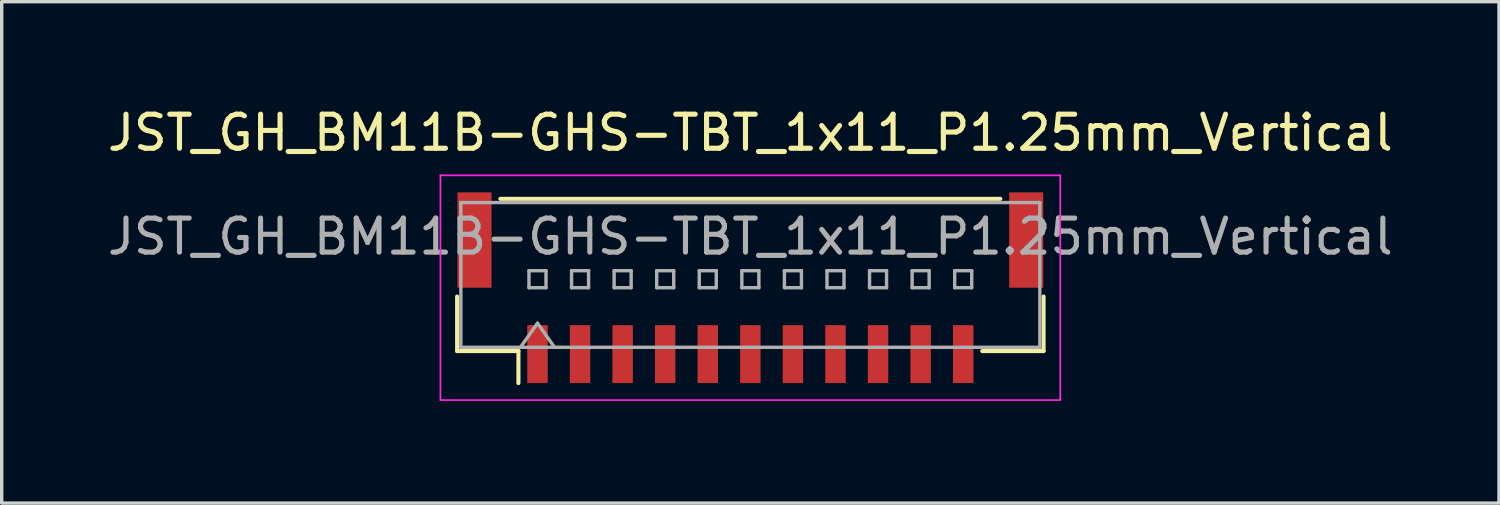
<source format=kicad_pcb>
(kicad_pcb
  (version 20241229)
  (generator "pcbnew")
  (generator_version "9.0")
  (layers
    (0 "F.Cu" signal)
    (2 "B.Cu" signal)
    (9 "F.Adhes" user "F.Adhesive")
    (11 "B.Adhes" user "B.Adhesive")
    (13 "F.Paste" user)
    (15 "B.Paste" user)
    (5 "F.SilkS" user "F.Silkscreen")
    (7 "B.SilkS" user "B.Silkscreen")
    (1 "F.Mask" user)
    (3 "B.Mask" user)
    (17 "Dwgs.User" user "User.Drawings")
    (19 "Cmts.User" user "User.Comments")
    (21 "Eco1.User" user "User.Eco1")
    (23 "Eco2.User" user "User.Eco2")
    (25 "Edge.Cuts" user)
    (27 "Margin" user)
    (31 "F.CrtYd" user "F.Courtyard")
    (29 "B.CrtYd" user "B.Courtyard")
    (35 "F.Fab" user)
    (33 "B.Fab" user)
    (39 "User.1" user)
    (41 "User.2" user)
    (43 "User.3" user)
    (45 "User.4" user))
  (footprint "JST_GH_BM11B-GHS-TBT_1x11_P1.25mm_Vertical"
    (layer "F.Cu")
    (at 18.982 5.398)
    (property "Reference" "JST_GH_BM11B-GHS-TBT_1x11_P1.25mm_Vertical" (at 0 -4.55 0) (layer "F.SilkS") (effects (font (size 1 1) (thickness 0.15))))
    (attr smd)
    (fp_line (start -8.61 0.26) (end -8.61 1.86) (stroke (width 0.12) (type solid)) (layer "F.SilkS"))
    (fp_line (start -8.61 1.86) (end -6.81 1.86) (stroke (width 0.12) (type solid)) (layer "F.SilkS"))
    (fp_line (start -7.34 -2.61) (end 7.34 -2.61) (stroke (width 0.12) (type solid)) (layer "F.SilkS"))
    (fp_line (start -6.81 1.86) (end -6.81 2.8) (stroke (width 0.12) (type solid)) (layer "F.SilkS"))
    (fp_line (start 8.61 0.26) (end 8.61 1.86) (stroke (width 0.12) (type solid)) (layer "F.SilkS"))
    (fp_line (start 8.61 1.86) (end 6.81 1.86) (stroke (width 0.12) (type solid)) (layer "F.SilkS"))
    (fp_line (start -9.1 -3.3) (end -9.1 3.3) (stroke (width 0.05) (type solid)) (layer "F.CrtYd"))
    (fp_line (start -9.1 3.3) (end 9.1 3.3) (stroke (width 0.05) (type solid)) (layer "F.CrtYd"))
    (fp_line (start 9.1 -3.3) (end -9.1 -3.3) (stroke (width 0.05) (type solid)) (layer "F.CrtYd"))
    (fp_line (start 9.1 3.3) (end 9.1 -3.3) (stroke (width 0.05) (type solid)) (layer "F.CrtYd"))
    (fp_line (start -8.5 -2.5) (end 8.5 -2.5) (stroke (width 0.1) (type solid)) (layer "F.Fab"))
    (fp_line (start -8.5 1.75) (end -8.5 -2.5) (stroke (width 0.1) (type solid)) (layer "F.Fab"))
    (fp_line (start -8.5 1.75) (end 8.5 1.75) (stroke (width 0.1) (type solid)) (layer "F.Fab"))
    (fp_line (start -6.75 1.75) (end -6.25 1.043) (stroke (width 0.1) (type solid)) (layer "F.Fab"))
    (fp_line (start -6.5 -0.5) (end -6.5 0) (stroke (width 0.1) (type solid)) (layer "F.Fab"))
    (fp_line (start -6.5 0) (end -6 0) (stroke (width 0.1) (type solid)) (layer "F.Fab"))
    (fp_line (start -6.25 1.043) (end -5.75 1.75) (stroke (width 0.1) (type solid)) (layer "F.Fab"))
    (fp_line (start -6 -0.5) (end -6.5 -0.5) (stroke (width 0.1) (type solid)) (layer "F.Fab"))
    (fp_line (start -6 0) (end -6 -0.5) (stroke (width 0.1) (type solid)) (layer "F.Fab"))
    (fp_line (start -5.25 -0.5) (end -5.25 0) (stroke (width 0.1) (type solid)) (layer "F.Fab"))
    (fp_line (start -5.25 0) (end -4.75 0) (stroke (width 0.1) (type solid)) (layer "F.Fab"))
    (fp_line (start -4.75 -0.5) (end -5.25 -0.5) (stroke (width 0.1) (type solid)) (layer "F.Fab"))
    (fp_line (start -4.75 0) (end -4.75 -0.5) (stroke (width 0.1) (type solid)) (layer "F.Fab"))
    (fp_line (start -4 -0.5) (end -4 0) (stroke (width 0.1) (type solid)) (layer "F.Fab"))
    (fp_line (start -4 0) (end -3.5 0) (stroke (width 0.1) (type solid)) (layer "F.Fab"))
    (fp_line (start -3.5 -0.5) (end -4 -0.5) (stroke (width 0.1) (type solid)) (layer "F.Fab"))
    (fp_line (start -3.5 0) (end -3.5 -0.5) (stroke (width 0.1) (type solid)) (layer "F.Fab"))
    (fp_line (start -2.75 -0.5) (end -2.75 0) (stroke (width 0.1) (type solid)) (layer "F.Fab"))
    (fp_line (start -2.75 0) (end -2.25 0) (stroke (width 0.1) (type solid)) (layer "F.Fab"))
    (fp_line (start -2.25 -0.5) (end -2.75 -0.5) (stroke (width 0.1) (type solid)) (layer "F.Fab"))
    (fp_line (start -2.25 0) (end -2.25 -0.5) (stroke (width 0.1) (type solid)) (layer "F.Fab"))
    (fp_line (start -1.5 -0.5) (end -1.5 0) (stroke (width 0.1) (type solid)) (layer "F.Fab"))
    (fp_line (start -1.5 0) (end -1 0) (stroke (width 0.1) (type solid)) (layer "F.Fab"))
    (fp_line (start -1 -0.5) (end -1.5 -0.5) (stroke (width 0.1) (type solid)) (layer "F.Fab"))
    (fp_line (start -1 0) (end -1 -0.5) (stroke (width 0.1) (type solid)) (layer "F.Fab"))
    (fp_line (start -0.25 -0.5) (end -0.25 0) (stroke (width 0.1) (type solid)) (layer "F.Fab"))
    (fp_line (start -0.25 0) (end 0.25 0) (stroke (width 0.1) (type solid)) (layer "F.Fab"))
    (fp_line (start 0.25 -0.5) (end -0.25 -0.5) (stroke (width 0.1) (type solid)) (layer "F.Fab"))
    (fp_line (start 0.25 0) (end 0.25 -0.5) (stroke (width 0.1) (type solid)) (layer "F.Fab"))
    (fp_line (start 1 -0.5) (end 1 0) (stroke (width 0.1) (type solid)) (layer "F.Fab"))
    (fp_line (start 1 0) (end 1.5 0) (stroke (width 0.1) (type solid)) (layer "F.Fab"))
    (fp_line (start 1.5 -0.5) (end 1 -0.5) (stroke (width 0.1) (type solid)) (layer "F.Fab"))
    (fp_line (start 1.5 0) (end 1.5 -0.5) (stroke (width 0.1) (type solid)) (layer "F.Fab"))
    (fp_line (start 2.25 -0.5) (end 2.25 0) (stroke (width 0.1) (type solid)) (layer "F.Fab"))
    (fp_line (start 2.25 0) (end 2.75 0) (stroke (width 0.1) (type solid)) (layer "F.Fab"))
    (fp_line (start 2.75 -0.5) (end 2.25 -0.5) (stroke (width 0.1) (type solid)) (layer "F.Fab"))
    (fp_line (start 2.75 0) (end 2.75 -0.5) (stroke (width 0.1) (type solid)) (layer "F.Fab"))
    (fp_line (start 3.5 -0.5) (end 3.5 0) (stroke (width 0.1) (type solid)) (layer "F.Fab"))
    (fp_line (start 3.5 0) (end 4 0) (stroke (width 0.1) (type solid)) (layer "F.Fab"))
    (fp_line (start 4 -0.5) (end 3.5 -0.5) (stroke (width 0.1) (type solid)) (layer "F.Fab"))
    (fp_line (start 4 0) (end 4 -0.5) (stroke (width 0.1) (type solid)) (layer "F.Fab"))
    (fp_line (start 4.75 -0.5) (end 4.75 0) (stroke (width 0.1) (type solid)) (layer "F.Fab"))
    (fp_line (start 4.75 0) (end 5.25 0) (stroke (width 0.1) (type solid)) (layer "F.Fab"))
    (fp_line (start 5.25 -0.5) (end 4.75 -0.5) (stroke (width 0.1) (type solid)) (layer "F.Fab"))
    (fp_line (start 5.25 0) (end 5.25 -0.5) (stroke (width 0.1) (type solid)) (layer "F.Fab"))
    (fp_line (start 6 -0.5) (end 6 0) (stroke (width 0.1) (type solid)) (layer "F.Fab"))
    (fp_line (start 6 0) (end 6.5 0) (stroke (width 0.1) (type solid)) (layer "F.Fab"))
    (fp_line (start 6.5 -0.5) (end 6 -0.5) (stroke (width 0.1) (type solid)) (layer "F.Fab"))
    (fp_line (start 6.5 0) (end 6.5 -0.5) (stroke (width 0.1) (type solid)) (layer "F.Fab"))
    (fp_line (start 8.5 1.75) (end 8.5 -2.5) (stroke (width 0.1) (type solid)) (layer "F.Fab"))
    (fp_text user "${REFERENCE}" (at 0 -1.5 0) (layer "F.Fab") (effects (font (size 1 1) (thickness 0.15))))
    (pad "" smd rect (at -8.1 -1.4) (size 1 2.8) (layers "F.Cu" "F.Mask" "F.Paste"))
    (pad "" smd rect (at 8.1 -1.4) (size 1 2.8) (layers "F.Cu" "F.Mask" "F.Paste"))
    (pad "1" smd rect (at -6.25 1.95) (size 0.6 1.7) (layers "F.Cu" "F.Mask" "F.Paste"))
    (pad "2" smd rect (at -5 1.95) (size 0.6 1.7) (layers "F.Cu" "F.Mask" "F.Paste"))
    (pad "3" smd rect (at -3.75 1.95) (size 0.6 1.7) (layers "F.Cu" "F.Mask" "F.Paste"))
    (pad "4" smd rect (at -2.5 1.95) (size 0.6 1.7) (layers "F.Cu" "F.Mask" "F.Paste"))
    (pad "5" smd rect (at -1.25 1.95) (size 0.6 1.7) (layers "F.Cu" "F.Mask" "F.Paste"))
    (pad "6" smd rect (at 0 1.95) (size 0.6 1.7) (layers "F.Cu" "F.Mask" "F.Paste"))
    (pad "7" smd rect (at 1.25 1.95) (size 0.6 1.7) (layers "F.Cu" "F.Mask" "F.Paste"))
    (pad "8" smd rect (at 2.5 1.95) (size 0.6 1.7) (layers "F.Cu" "F.Mask" "F.Paste"))
    (pad "9" smd rect (at 3.75 1.95) (size 0.6 1.7) (layers "F.Cu" "F.Mask" "F.Paste"))
    (pad "10" smd rect (at 5 1.95) (size 0.6 1.7) (layers "F.Cu" "F.Mask" "F.Paste"))
    (pad "11" smd rect (at 6.25 1.95) (size 0.6 1.7) (layers "F.Cu" "F.Mask" "F.Paste")))
  (gr_rect
    (start -3 -3)
    (end 40.964 11.723)
    (stroke (width 0.1) (type default))
    (fill no)
    (layer "Edge.Cuts")))
</source>
